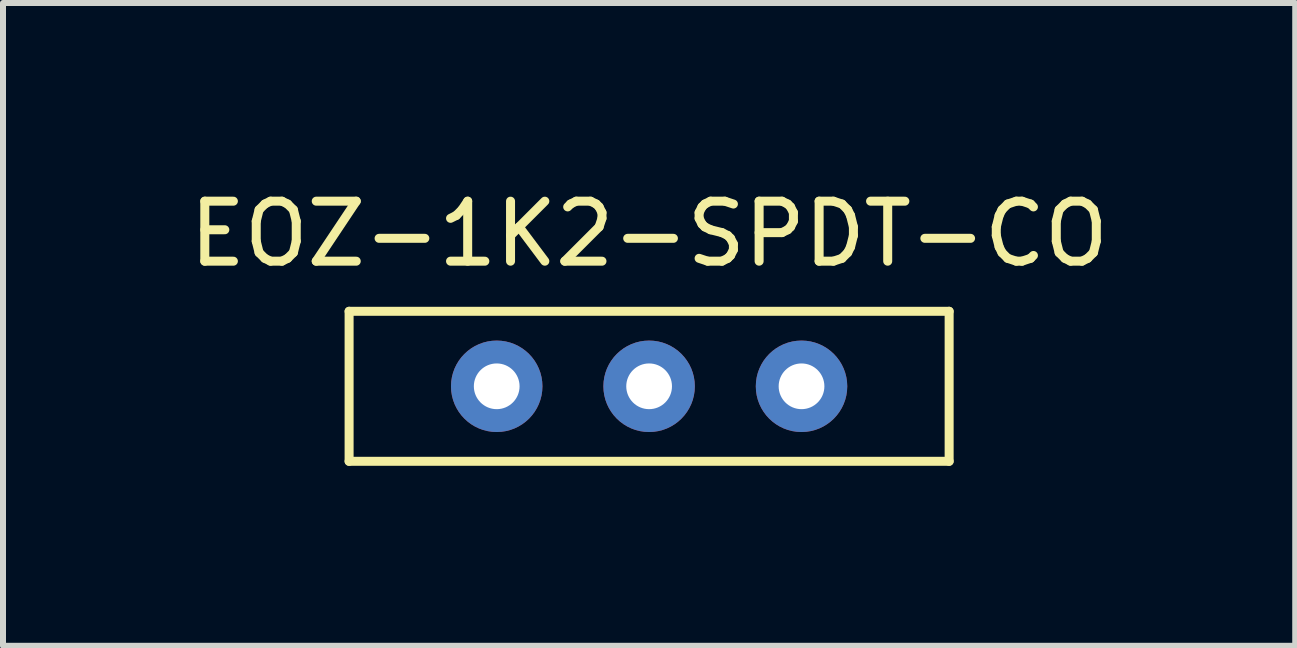
<source format=kicad_pcb>
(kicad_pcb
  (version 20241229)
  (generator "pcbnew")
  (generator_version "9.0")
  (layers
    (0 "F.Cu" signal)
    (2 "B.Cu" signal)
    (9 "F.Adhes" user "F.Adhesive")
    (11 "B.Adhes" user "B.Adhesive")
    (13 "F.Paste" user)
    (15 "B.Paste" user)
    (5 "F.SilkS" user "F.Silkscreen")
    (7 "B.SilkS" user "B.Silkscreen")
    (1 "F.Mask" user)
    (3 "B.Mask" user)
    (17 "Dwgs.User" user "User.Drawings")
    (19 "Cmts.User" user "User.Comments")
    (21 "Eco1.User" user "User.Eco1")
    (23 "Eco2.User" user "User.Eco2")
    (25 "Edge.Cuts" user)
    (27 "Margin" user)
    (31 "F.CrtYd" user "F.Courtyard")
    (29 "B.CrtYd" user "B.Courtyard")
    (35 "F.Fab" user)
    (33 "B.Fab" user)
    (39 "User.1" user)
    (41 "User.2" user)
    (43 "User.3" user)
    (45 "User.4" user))
  (footprint "EOZ-1K2-SPDT-CO"
    (layer "F.Cu")
    (at 7.768 3.388)
    (property "Reference" "EOZ-1K2-SPDT-CO" (at 0 -2.54 0) (layer "F.SilkS") (effects (font (size 1 1) (thickness 0.15))))
    (attr through_hole)
    (fp_line (start -5 -1.25) (end 5 -1.25) (stroke (width 0.15) (type solid)) (layer "F.SilkS"))
    (fp_line (start -5 1.25) (end -5 -1.25) (stroke (width 0.15) (type solid)) (layer "F.SilkS"))
    (fp_line (start 5 -1.25) (end 5 1.25) (stroke (width 0.15) (type solid)) (layer "F.SilkS"))
    (fp_line (start 5 1.25) (end -5 1.25) (stroke (width 0.15) (type solid)) (layer "F.SilkS"))
    (pad "1" thru_hole circle (at -2.54 0) (size 1.524 1.524) (drill 0.762) (layers "*.Cu" "*.Mask"))
    (pad "2" thru_hole circle (at 0 0) (size 1.524 1.524) (drill 0.762) (layers "*.Cu" "*.Mask"))
    (pad "3" thru_hole circle (at 2.54 0) (size 1.524 1.524) (drill 0.762) (layers "*.Cu" "*.Mask")))
  (gr_rect
    (start -3 -3)
    (end 18.536 7.713)
    (stroke (width 0.1) (type default))
    (fill no)
    (layer "Edge.Cuts")))
</source>
